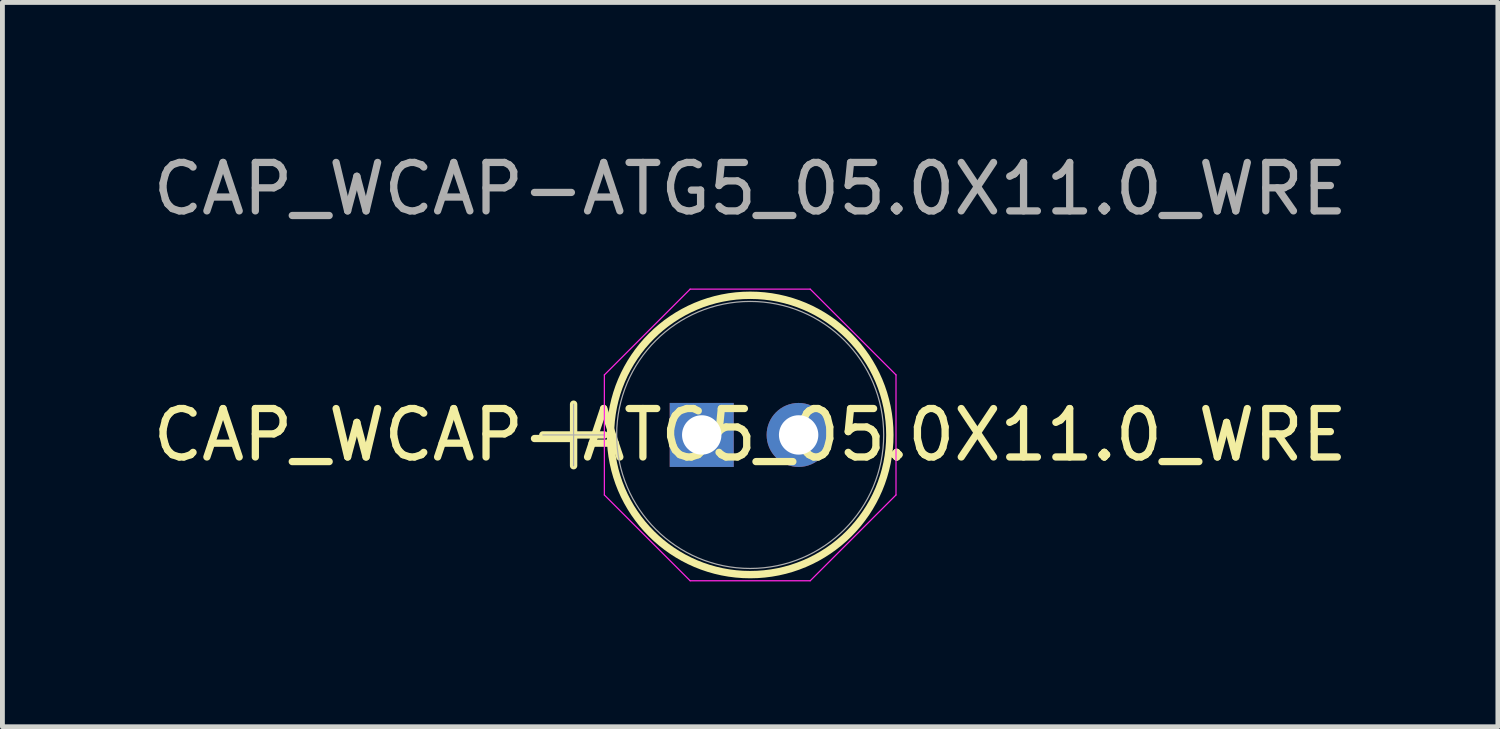
<source format=kicad_pcb>
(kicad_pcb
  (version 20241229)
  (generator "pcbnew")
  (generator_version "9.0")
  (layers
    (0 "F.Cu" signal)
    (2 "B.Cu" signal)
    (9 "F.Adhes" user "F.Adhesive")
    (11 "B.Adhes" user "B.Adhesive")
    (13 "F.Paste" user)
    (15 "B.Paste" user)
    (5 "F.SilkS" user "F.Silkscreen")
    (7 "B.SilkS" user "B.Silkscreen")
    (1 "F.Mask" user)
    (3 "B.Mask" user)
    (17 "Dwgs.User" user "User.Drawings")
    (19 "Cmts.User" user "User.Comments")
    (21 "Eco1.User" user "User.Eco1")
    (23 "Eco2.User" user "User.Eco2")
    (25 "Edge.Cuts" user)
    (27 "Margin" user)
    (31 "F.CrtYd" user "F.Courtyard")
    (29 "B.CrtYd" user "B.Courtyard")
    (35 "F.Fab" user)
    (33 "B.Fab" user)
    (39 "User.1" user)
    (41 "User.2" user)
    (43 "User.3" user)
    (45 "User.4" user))
  (footprint "CAP_WCAP-ATG5_05.0X11.0_WRE"
    (layer "F.Cu")
    (at 11.435 5.928)
    (property "Reference" "CAP_WCAP-ATG5_05.0X11.0_WRE" (at 1 0 0) (unlocked yes) (layer "F.SilkS") (effects (font (size 1 1) (thickness 0.15))))
    (attr through_hole)
    (fp_line (start -3.28 0) (end -2.01 0) (stroke (width 0.152) (type solid)) (layer "F.SilkS"))
    (fp_line (start -2.645 -0.635) (end -2.645 0.635) (stroke (width 0.152) (type solid)) (layer "F.SilkS"))
    (fp_circle (center 1 0) (end 3.883 0) (stroke (width 0.152) (type solid)) (fill no) (layer "F.SilkS"))
    (fp_line (start -2.01 -1.239) (end -0.239 -3.01) (stroke (width 0.025) (type solid)) (layer "F.CrtYd"))
    (fp_line (start -2.01 1.239) (end -2.01 -1.239) (stroke (width 0.025) (type solid)) (layer "F.CrtYd"))
    (fp_line (start -0.239 -3.01) (end 2.239 -3.01) (stroke (width 0.025) (type solid)) (layer "F.CrtYd"))
    (fp_line (start -0.239 3.01) (end -2.01 1.239) (stroke (width 0.025) (type solid)) (layer "F.CrtYd"))
    (fp_line (start 2.239 -3.01) (end 4.01 -1.239) (stroke (width 0.025) (type solid)) (layer "F.CrtYd"))
    (fp_line (start 2.239 3.01) (end -0.239 3.01) (stroke (width 0.025) (type solid)) (layer "F.CrtYd"))
    (fp_line (start 4.01 -1.239) (end 4.01 1.239) (stroke (width 0.025) (type solid)) (layer "F.CrtYd"))
    (fp_line (start 4.01 1.239) (end 2.239 3.01) (stroke (width 0.025) (type solid)) (layer "F.CrtYd"))
    (fp_line (start -3.28 0) (end -2.01 0) (stroke (width 0.025) (type solid)) (layer "F.Fab"))
    (fp_line (start -2.645 -0.635) (end -2.645 0.635) (stroke (width 0.025) (type solid)) (layer "F.Fab"))
    (fp_circle (center 1 0) (end 3.756 0) (stroke (width 0.025) (type solid)) (fill no) (layer "F.Fab"))
    (fp_text user "${REFERENCE}" (at 1 -5.08 0) (unlocked yes) (layer "F.Fab") (effects (font (size 1 1) (thickness 0.15))))
    (pad "1" thru_hole rect (at 0 0) (size 1.321 1.321) (drill 0.813) (layers "*.Cu" "*.Mask"))
    (pad "2" thru_hole circle (at 2 0) (size 1.321 1.321) (drill 0.813) (layers "*.Cu" "*.Mask")))
  (gr_rect
    (start -3 -3)
    (end 27.869 11.951)
    (stroke (width 0.1) (type default))
    (fill no)
    (layer "Edge.Cuts")))
</source>
